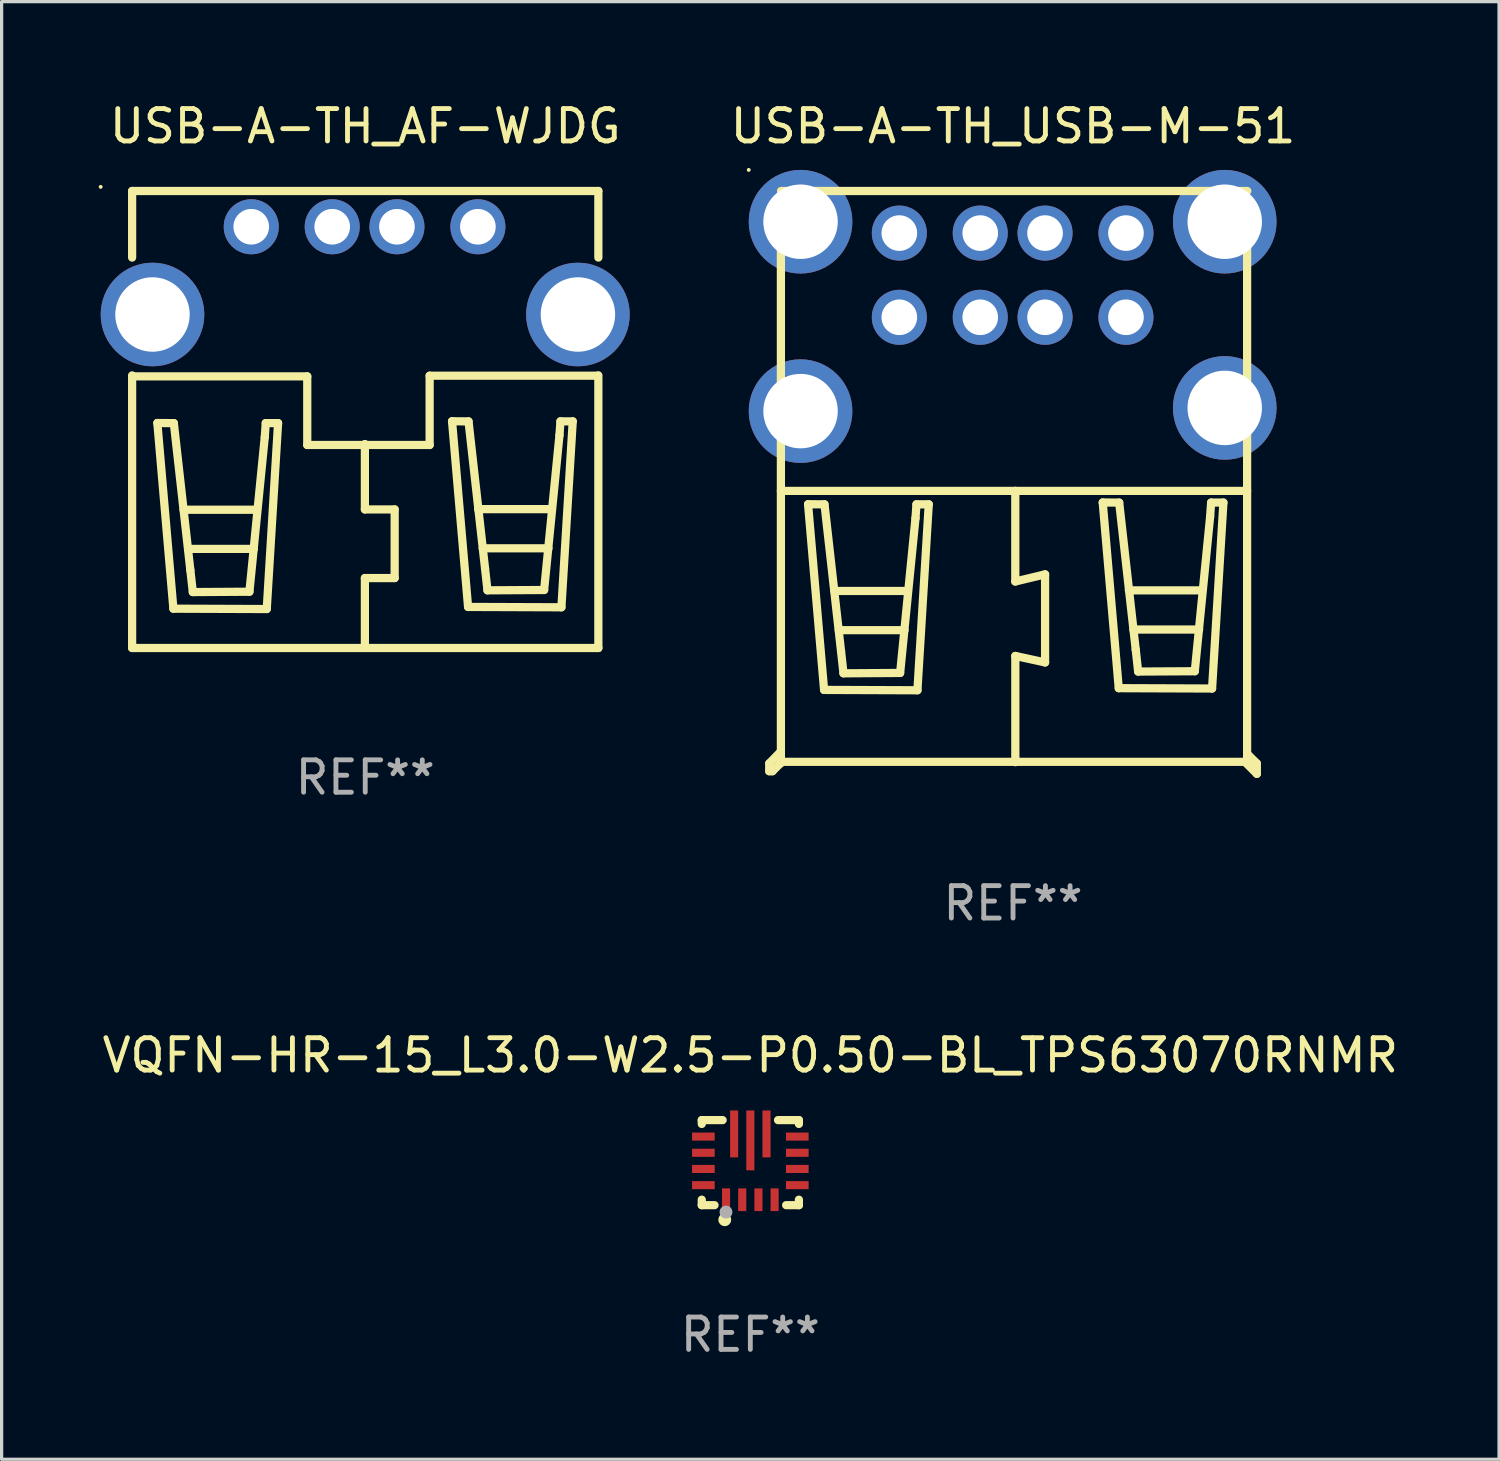
<source format=kicad_pcb>
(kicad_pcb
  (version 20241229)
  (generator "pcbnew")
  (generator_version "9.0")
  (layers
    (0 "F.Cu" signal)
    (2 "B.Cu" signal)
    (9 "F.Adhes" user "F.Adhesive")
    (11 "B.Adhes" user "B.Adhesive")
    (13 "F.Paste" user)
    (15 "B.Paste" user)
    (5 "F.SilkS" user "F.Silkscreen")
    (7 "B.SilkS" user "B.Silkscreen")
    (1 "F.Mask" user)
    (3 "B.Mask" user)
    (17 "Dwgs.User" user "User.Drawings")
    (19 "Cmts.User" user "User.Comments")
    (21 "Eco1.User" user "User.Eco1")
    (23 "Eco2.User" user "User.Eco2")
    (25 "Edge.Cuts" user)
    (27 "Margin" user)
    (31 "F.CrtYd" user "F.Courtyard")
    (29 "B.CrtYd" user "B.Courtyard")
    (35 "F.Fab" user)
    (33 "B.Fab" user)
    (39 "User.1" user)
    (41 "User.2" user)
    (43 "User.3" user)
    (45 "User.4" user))
  (footprint "USB-A-TH_AF-WJDG"
    (layer "F.Cu")
    (at 8.23 5.309)
    (property "Reference" "USB-A-TH_AF-WJDG" (at 0.001 -4.46 0) (layer "F.SilkS") (effects (font (size 1 1) (thickness 0.15))))
    (attr through_hole)
    (fp_line (start -7.199 -2.46) (end -7.199 -0.404) (stroke (width 0.254) (type solid)) (layer "F.SilkS"))
    (fp_line (start -7.199 -2.46) (end 7.201 -2.46) (stroke (width 0.254) (type solid)) (layer "F.SilkS"))
    (fp_line (start -7.199 3.236) (end -7.199 11.655) (stroke (width 0.254) (type solid)) (layer "F.SilkS"))
    (fp_line (start -7.199 11.655) (end 7.201 11.655) (stroke (width 0.254) (type solid)) (layer "F.SilkS"))
    (fp_line (start -6.42 4.706) (end -5.911 4.71) (stroke (width 0.254) (type solid)) (layer "F.SilkS"))
    (fp_line (start -5.925 10.441) (end -6.42 4.706) (stroke (width 0.254) (type solid)) (layer "F.SilkS"))
    (fp_line (start -5.911 4.71) (end -5.401 9.25) (stroke (width 0.254) (type solid)) (layer "F.SilkS"))
    (fp_line (start -5.609 7.385) (end -3.349 7.385) (stroke (width 0.254) (type solid)) (layer "F.SilkS"))
    (fp_line (start -5.469 8.595) (end -3.439 8.595) (stroke (width 0.254) (type solid)) (layer "F.SilkS"))
    (fp_line (start -5.401 9.25) (end -5.325 9.928) (stroke (width 0.254) (type solid)) (layer "F.SilkS"))
    (fp_line (start -5.325 9.928) (end -3.576 9.917) (stroke (width 0.254) (type solid)) (layer "F.SilkS"))
    (fp_line (start -3.576 9.917) (end -3.102 5.139) (stroke (width 0.254) (type solid)) (layer "F.SilkS"))
    (fp_line (start -3.102 5.139) (end -3.072 4.709) (stroke (width 0.254) (type solid)) (layer "F.SilkS"))
    (fp_line (start -3.072 4.709) (end -2.691 4.709) (stroke (width 0.254) (type solid)) (layer "F.SilkS"))
    (fp_line (start -3.041 10.452) (end -5.925 10.441) (stroke (width 0.254) (type solid)) (layer "F.SilkS"))
    (fp_line (start -2.691 4.709) (end -3.041 10.452) (stroke (width 0.254) (type solid)) (layer "F.SilkS"))
    (fp_line (start -1.79 3.266) (end -7.19 3.266) (stroke (width 0.254) (type solid)) (layer "F.SilkS"))
    (fp_line (start -1.79 5.385) (end -1.79 3.266) (stroke (width 0.254) (type solid)) (layer "F.SilkS"))
    (fp_line (start -0.01 5.355) (end -0.01 7.375) (stroke (width 0.254) (type solid)) (layer "F.SilkS"))
    (fp_line (start -0.01 7.375) (end 0.91 7.375) (stroke (width 0.254) (type solid)) (layer "F.SilkS"))
    (fp_line (start -0.01 9.495) (end -0.01 11.525) (stroke (width 0.254) (type solid)) (layer "F.SilkS"))
    (fp_line (start 0.91 7.375) (end 0.91 9.495) (stroke (width 0.254) (type solid)) (layer "F.SilkS"))
    (fp_line (start 0.91 9.495) (end -0.01 9.495) (stroke (width 0.254) (type solid)) (layer "F.SilkS"))
    (fp_line (start 1.99 3.245) (end 1.99 5.385) (stroke (width 0.254) (type solid)) (layer "F.SilkS"))
    (fp_line (start 1.99 5.385) (end -1.79 5.385) (stroke (width 0.254) (type solid)) (layer "F.SilkS"))
    (fp_line (start 2.682 4.652) (end 3.191 4.656) (stroke (width 0.254) (type solid)) (layer "F.SilkS"))
    (fp_line (start 3.177 10.387) (end 2.682 4.652) (stroke (width 0.254) (type solid)) (layer "F.SilkS"))
    (fp_line (start 3.191 4.656) (end 3.701 9.196) (stroke (width 0.254) (type solid)) (layer "F.SilkS"))
    (fp_line (start 3.49 7.366) (end 5.75 7.366) (stroke (width 0.254) (type solid)) (layer "F.SilkS"))
    (fp_line (start 3.63 8.576) (end 5.66 8.576) (stroke (width 0.254) (type solid)) (layer "F.SilkS"))
    (fp_line (start 3.701 9.196) (end 3.776 9.874) (stroke (width 0.254) (type solid)) (layer "F.SilkS"))
    (fp_line (start 3.776 9.874) (end 5.526 9.864) (stroke (width 0.254) (type solid)) (layer "F.SilkS"))
    (fp_line (start 5.526 9.864) (end 6 5.085) (stroke (width 0.254) (type solid)) (layer "F.SilkS"))
    (fp_line (start 6 5.085) (end 6.03 4.655) (stroke (width 0.254) (type solid)) (layer "F.SilkS"))
    (fp_line (start 6.03 4.655) (end 6.41 4.655) (stroke (width 0.254) (type solid)) (layer "F.SilkS"))
    (fp_line (start 6.06 10.398) (end 3.177 10.387) (stroke (width 0.254) (type solid)) (layer "F.SilkS"))
    (fp_line (start 6.41 4.655) (end 6.06 10.398) (stroke (width 0.254) (type solid)) (layer "F.SilkS"))
    (fp_line (start 7.19 3.245) (end 1.99 3.245) (stroke (width 0.254) (type solid)) (layer "F.SilkS"))
    (fp_line (start 7.201 -2.46) (end 7.201 -0.404) (stroke (width 0.254) (type solid)) (layer "F.SilkS"))
    (fp_line (start 7.201 3.236) (end 7.201 11.655) (stroke (width 0.254) (type solid)) (layer "F.SilkS"))
    (fp_circle (center -8.17 -2.587) (end -8.14 -2.587) (stroke (width 0.06) (type solid)) (fill no) (layer "F.SilkS"))
    (fp_text user "REF**" (at 0.001 15.655 0) (layer "F.Fab") (effects (font (size 1 1) (thickness 0.15))))
    (pad "1" thru_hole circle (at -3.52 -1.355) (size 1.7 1.7) (drill 1.1) (layers "*.Cu" "*.Mask"))
    (pad "2" thru_hole circle (at -1.019 -1.355) (size 1.7 1.7) (drill 1.1) (layers "*.Cu" "*.Mask"))
    (pad "3" thru_hole circle (at 0.98 -1.355) (size 1.7 1.7) (drill 1.1) (layers "*.Cu" "*.Mask"))
    (pad "4" thru_hole circle (at 3.48 -1.355) (size 1.7 1.7) (drill 1.1) (layers "*.Cu" "*.Mask"))
    (pad "5" thru_hole circle (at -6.57 1.355) (size 3.2 3.2) (drill 2.3) (layers "*.Cu" "*.Mask"))
    (pad "5" thru_hole circle (at 6.57 1.355) (size 3.2 3.2) (drill 2.3) (layers "*.Cu" "*.Mask")))
  (footprint "VQFN-HR-15_L3.0-W2.5-P0.50-BL_TPS63070RNMR"
    (layer "F.Cu")
    (at 20.125 32.989)
    (property "Reference" "VQFN-HR-15_L3.0-W2.5-P0.50-BL_TPS63070RNMR" (at -0.000025 -3.443 0) (layer "F.SilkS") (effects (font (size 1 1) (thickness 0.15))))
    (attr through_hole)
    (fp_line (start -1.5 -1.443) (end -1.5 -1.324) (stroke (width 0.254) (type solid)) (layer "F.SilkS"))
    (fp_line (start -1.5 1.015) (end -1.5 1.184) (stroke (width 0.254) (type solid)) (layer "F.SilkS"))
    (fp_line (start -1.5 1.184) (end -1.106 1.184) (stroke (width 0.254) (type solid)) (layer "F.SilkS"))
    (fp_line (start -0.856 -1.443) (end -1.5 -1.443) (stroke (width 0.254) (type solid)) (layer "F.SilkS"))
    (fp_line (start 1.106 1.184) (end 1.5 1.184) (stroke (width 0.254) (type solid)) (layer "F.SilkS"))
    (fp_line (start 1.5 -1.443) (end 0.856 -1.443) (stroke (width 0.254) (type solid)) (layer "F.SilkS"))
    (fp_line (start 1.5 -1.324) (end 1.5 -1.443) (stroke (width 0.254) (type solid)) (layer "F.SilkS"))
    (fp_line (start 1.5 1.184) (end 1.5 1.015) (stroke (width 0.254) (type solid)) (layer "F.SilkS"))
    (fp_circle (center -1.5 1.066) (end -1.47 1.066) (stroke (width 0.06) (type solid)) (fill no) (layer "F.SilkS"))
    (fp_circle (center -0.79 1.634) (end -0.69 1.634) (stroke (width 0.2) (type solid)) (fill no) (layer "F.SilkS"))
    (fp_circle (center -0.752 1.397) (end -0.652 1.397) (stroke (width 0.2) (type solid)) (fill no) (layer "F.Fab"))
    (fp_text user "REF**" (at -0.000025 5.184 0) (layer "F.Fab") (effects (font (size 1 1) (thickness 0.15))))
    (pad "1" smd rect (at -0.75 1.016 180) (size 0.25 0.7) (layers "F.Cu" "F.Mask" "F.Paste"))
    (pad "2" smd rect (at -0.25 1.016 180) (size 0.25 0.7) (layers "F.Cu" "F.Mask" "F.Paste"))
    (pad "3" smd rect (at 0.25 1.016 180) (size 0.25 0.7) (layers "F.Cu" "F.Mask" "F.Paste"))
    (pad "4" smd rect (at 0.75 1.016 180) (size 0.25 0.7) (layers "F.Cu" "F.Mask" "F.Paste"))
    (pad "5" smd rect (at 1.45 0.566 270) (size 0.25 0.7) (layers "F.Cu" "F.Mask" "F.Paste"))
    (pad "6" smd rect (at 1.45 0.066 270) (size 0.25 0.7) (layers "F.Cu" "F.Mask" "F.Paste"))
    (pad "7" smd rect (at 1.45 -0.434 270) (size 0.25 0.7) (layers "F.Cu" "F.Mask" "F.Paste"))
    (pad "8" smd rect (at 1.45 -0.934 270) (size 0.25 0.7) (layers "F.Cu" "F.Mask" "F.Paste"))
    (pad "9" smd rect (at 0.5 -1.016) (size 0.25 1.45) (layers "F.Cu" "F.Mask" "F.Paste"))
    (pad "10" smd rect (at 0 -0.816) (size 0.25 1.85) (layers "F.Cu" "F.Mask" "F.Paste"))
    (pad "11" smd rect (at -0.5 -1.016) (size 0.25 1.45) (layers "F.Cu" "F.Mask" "F.Paste"))
    (pad "12" smd rect (at -1.45 -0.434 90) (size 0.25 0.7) (layers "F.Cu" "F.Mask" "F.Paste"))
    (pad "13" smd rect (at -1.45 -0.934 90) (size 0.25 0.7) (layers "F.Cu" "F.Mask" "F.Paste"))
    (pad "14" smd rect (at -1.45 0.066 90) (size 0.25 0.7) (layers "F.Cu" "F.Mask" "F.Paste"))
    (pad "15" smd rect (at -1.45 0.566 90) (size 0.25 0.7) (layers "F.Cu" "F.Mask" "F.Paste")))
  (footprint "USB-A-TH_USB-M-51"
    (layer "F.Cu")
    (at 28.227 6.723)
    (property "Reference" "USB-A-TH_USB-M-51" (at 0.012 -5.874 0) (layer "F.SilkS") (effects (font (size 1 1) (thickness 0.15))))
    (attr through_hole)
    (fp_line (start -7.518 13.807) (end -7.518 14.047) (stroke (width 0.254) (type solid)) (layer "F.SilkS"))
    (fp_line (start -7.518 14.047) (end -7.418 14.047) (stroke (width 0.254) (type solid)) (layer "F.SilkS"))
    (fp_line (start -7.418 14.047) (end -7.128 13.757) (stroke (width 0.254) (type solid)) (layer "F.SilkS"))
    (fp_line (start -7.168 13.447) (end -7.518 13.807) (stroke (width 0.254) (type solid)) (layer "F.SilkS"))
    (fp_line (start -7.158 -2.603) (end -7.158 13.797) (stroke (width 0.254) (type solid)) (layer "F.SilkS"))
    (fp_line (start -7.158 5.389) (end 7.242 5.389) (stroke (width 0.254) (type solid)) (layer "F.SilkS"))
    (fp_line (start -7.153 -3.874) (end 7.247 -3.874) (stroke (width 0.254) (type solid)) (layer "F.SilkS"))
    (fp_line (start -7.128 13.757) (end 7.172 13.757) (stroke (width 0.254) (type solid)) (layer "F.SilkS"))
    (fp_line (start -6.319 5.801) (end -5.811 5.804) (stroke (width 0.254) (type solid)) (layer "F.SilkS"))
    (fp_line (start -5.824 11.536) (end -6.319 5.801) (stroke (width 0.254) (type solid)) (layer "F.SilkS"))
    (fp_line (start -5.811 5.804) (end -5.3 10.345) (stroke (width 0.254) (type solid)) (layer "F.SilkS"))
    (fp_line (start -5.509 8.48) (end -3.249 8.48) (stroke (width 0.254) (type solid)) (layer "F.SilkS"))
    (fp_line (start -5.369 9.69) (end -3.339 9.69) (stroke (width 0.254) (type solid)) (layer "F.SilkS"))
    (fp_line (start -5.3 10.345) (end -5.225 11.023) (stroke (width 0.254) (type solid)) (layer "F.SilkS"))
    (fp_line (start -5.225 11.023) (end -3.475 11.012) (stroke (width 0.254) (type solid)) (layer "F.SilkS"))
    (fp_line (start -3.475 11.012) (end -3.001 6.234) (stroke (width 0.254) (type solid)) (layer "F.SilkS"))
    (fp_line (start -3.001 6.234) (end -2.971 5.804) (stroke (width 0.254) (type solid)) (layer "F.SilkS"))
    (fp_line (start -2.971 5.804) (end -2.591 5.804) (stroke (width 0.254) (type solid)) (layer "F.SilkS"))
    (fp_line (start -2.941 11.547) (end -5.824 11.536) (stroke (width 0.254) (type solid)) (layer "F.SilkS"))
    (fp_line (start -2.591 5.804) (end -2.941 11.547) (stroke (width 0.254) (type solid)) (layer "F.SilkS"))
    (fp_line (start 0.082 5.387) (end 0.082 8.187) (stroke (width 0.254) (type solid)) (layer "F.SilkS"))
    (fp_line (start 0.082 8.187) (end 1.002 7.967) (stroke (width 0.254) (type solid)) (layer "F.SilkS"))
    (fp_line (start 0.083 10.487) (end 0.083 13.768) (stroke (width 0.254) (type solid)) (layer "F.SilkS"))
    (fp_line (start 1.002 7.967) (end 1.002 10.687) (stroke (width 0.254) (type solid)) (layer "F.SilkS"))
    (fp_line (start 1.002 10.687) (end 0.083 10.487) (stroke (width 0.254) (type solid)) (layer "F.SilkS"))
    (fp_line (start 2.782 5.747) (end 3.291 5.751) (stroke (width 0.254) (type solid)) (layer "F.SilkS"))
    (fp_line (start 3.277 11.482) (end 2.782 5.747) (stroke (width 0.254) (type solid)) (layer "F.SilkS"))
    (fp_line (start 3.291 5.751) (end 3.801 10.291) (stroke (width 0.254) (type solid)) (layer "F.SilkS"))
    (fp_line (start 3.59 8.461) (end 5.85 8.461) (stroke (width 0.254) (type solid)) (layer "F.SilkS"))
    (fp_line (start 3.73 9.671) (end 5.76 9.671) (stroke (width 0.254) (type solid)) (layer "F.SilkS"))
    (fp_line (start 3.801 10.291) (end 3.876 10.969) (stroke (width 0.254) (type solid)) (layer "F.SilkS"))
    (fp_line (start 3.876 10.969) (end 5.626 10.959) (stroke (width 0.254) (type solid)) (layer "F.SilkS"))
    (fp_line (start 5.626 10.959) (end 6.1 6.18) (stroke (width 0.254) (type solid)) (layer "F.SilkS"))
    (fp_line (start 6.1 6.18) (end 6.13 5.75) (stroke (width 0.254) (type solid)) (layer "F.SilkS"))
    (fp_line (start 6.13 5.75) (end 6.51 5.75) (stroke (width 0.254) (type solid)) (layer "F.SilkS"))
    (fp_line (start 6.16 11.493) (end 3.277 11.482) (stroke (width 0.254) (type solid)) (layer "F.SilkS"))
    (fp_line (start 6.51 5.75) (end 6.16 11.493) (stroke (width 0.254) (type solid)) (layer "F.SilkS"))
    (fp_line (start 7.172 13.757) (end 7.542 14.127) (stroke (width 0.254) (type solid)) (layer "F.SilkS"))
    (fp_line (start 7.242 -2.593) (end 7.242 13.807) (stroke (width 0.254) (type solid)) (layer "F.SilkS"))
    (fp_line (start 7.542 13.807) (end 7.242 13.507) (stroke (width 0.254) (type solid)) (layer "F.SilkS"))
    (fp_line (start 7.542 14.127) (end 7.542 13.807) (stroke (width 0.254) (type solid)) (layer "F.SilkS"))
    (fp_circle (center -8.151 -4.525) (end -8.121 -4.525) (stroke (width 0.06) (type solid)) (fill no) (layer "F.SilkS"))
    (fp_text user "REF**" (at 0.012 18.127 0) (layer "F.Fab") (effects (font (size 1 1) (thickness 0.15))))
    (pad "1" thru_hole circle (at -3.5 -2.574) (size 1.7 1.7) (drill 1.1) (layers "*.Cu" "*.Mask"))
    (pad "2" thru_hole circle (at -1.001 -2.574) (size 1.7 1.7) (drill 1.1) (layers "*.Cu" "*.Mask"))
    (pad "3" thru_hole circle (at 1.001 -2.574) (size 1.7 1.7) (drill 1.1) (layers "*.Cu" "*.Mask"))
    (pad "4" thru_hole circle (at 3.5 -2.574) (size 1.7 1.7) (drill 1.1) (layers "*.Cu" "*.Mask"))
    (pad "5" thru_hole circle (at -3.5 0.027) (size 1.7 1.7) (drill 1.1) (layers "*.Cu" "*.Mask"))
    (pad "6" thru_hole circle (at -1.001 0.027) (size 1.7 1.7) (drill 1.1) (layers "*.Cu" "*.Mask"))
    (pad "7" thru_hole circle (at 1.001 0.027) (size 1.7 1.7) (drill 1.1) (layers "*.Cu" "*.Mask"))
    (pad "8" thru_hole circle (at 3.5 0.027) (size 1.7 1.7) (drill 1.1) (layers "*.Cu" "*.Mask"))
    (pad "9" thru_hole circle (at -6.551 -2.925) (size 3.2 3.2) (drill 2.3) (layers "*.Cu" "*.Mask"))
    (pad "9" thru_hole circle (at -6.551 2.925) (size 3.2 3.2) (drill 2.3) (layers "*.Cu" "*.Mask"))
    (pad "9" thru_hole circle (at 6.551 -2.925) (size 3.2 3.2) (drill 2.3) (layers "*.Cu" "*.Mask"))
    (pad "9" thru_hole circle (at 6.551 2.826) (size 3.2 3.2) (drill 2.3) (layers "*.Cu" "*.Mask")))
  (gr_rect
    (start -3 -3)
    (end 43.25 42.022)
    (stroke (width 0.1) (type default))
    (fill no)
    (layer "Edge.Cuts")))
</source>
